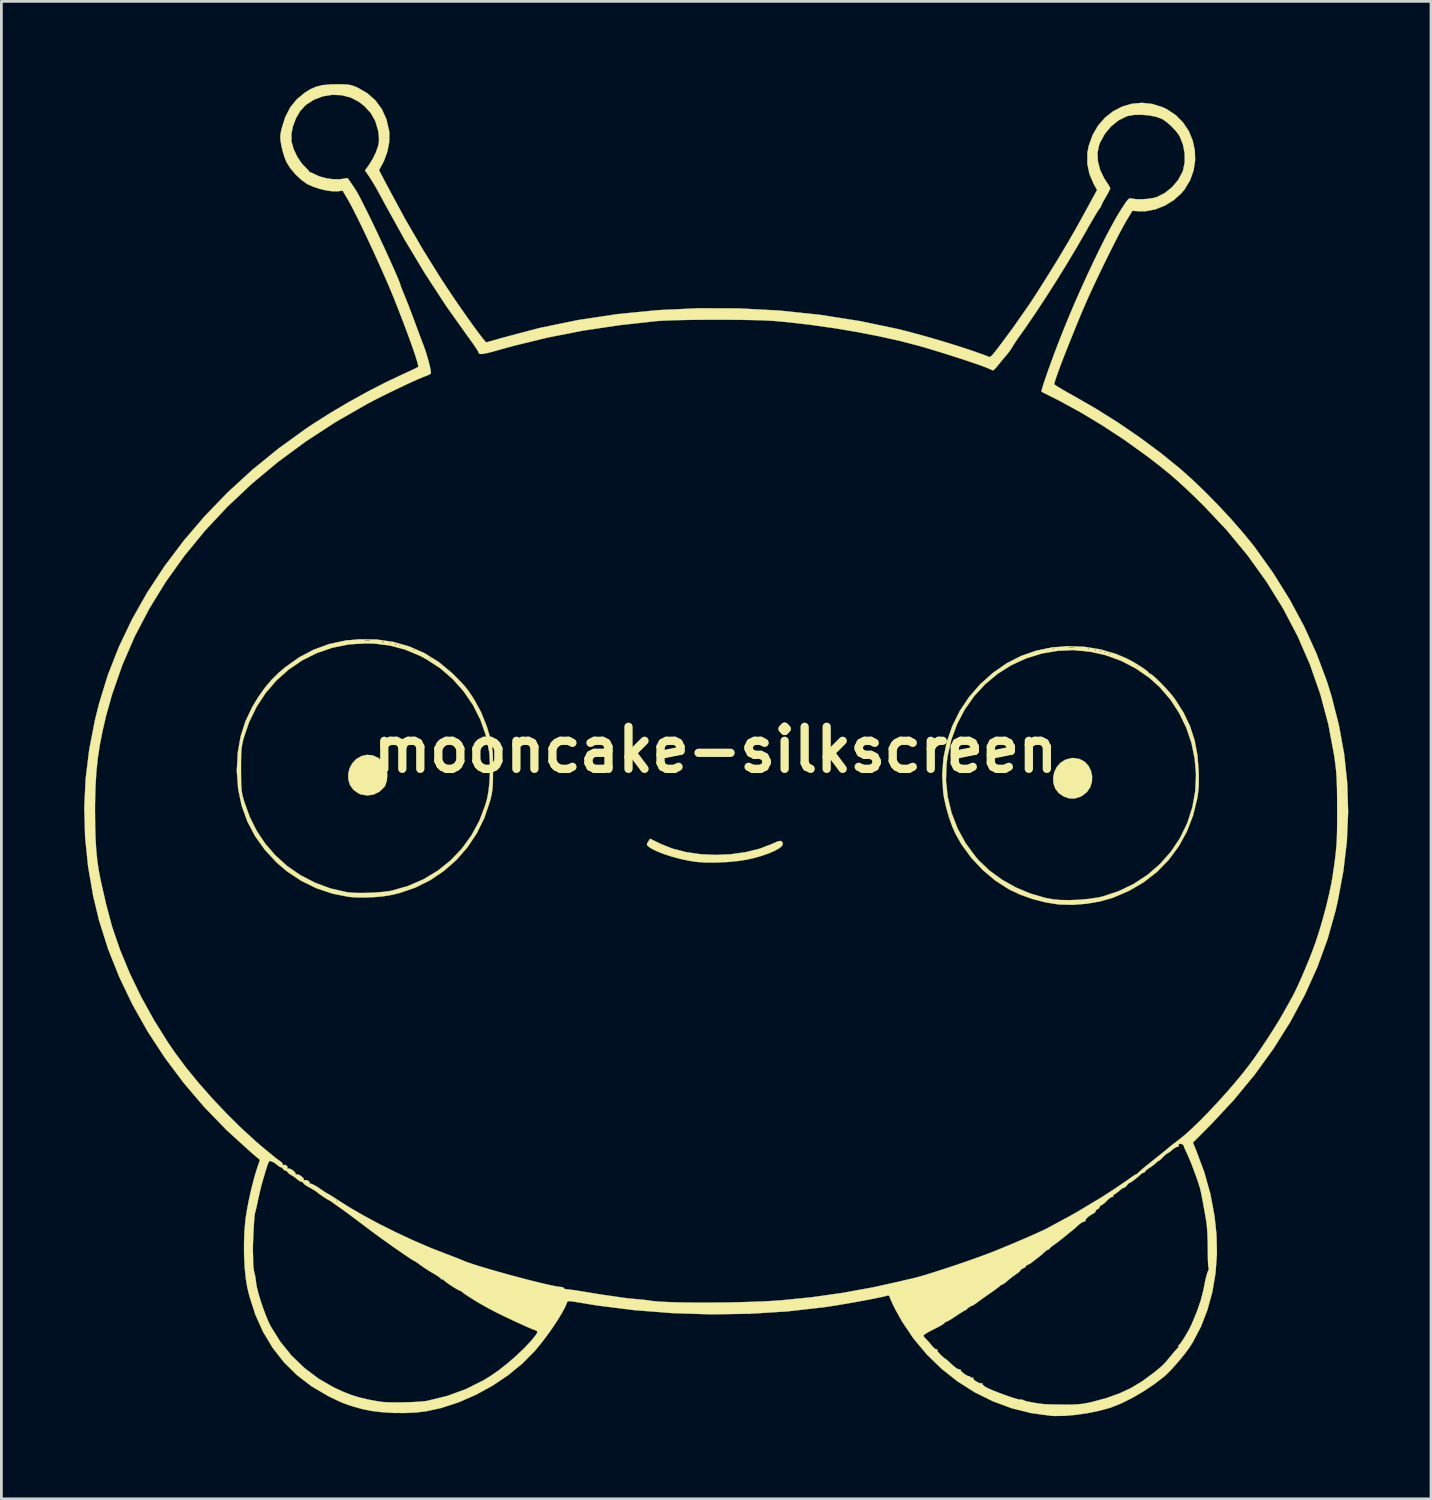
<source format=kicad_pcb>
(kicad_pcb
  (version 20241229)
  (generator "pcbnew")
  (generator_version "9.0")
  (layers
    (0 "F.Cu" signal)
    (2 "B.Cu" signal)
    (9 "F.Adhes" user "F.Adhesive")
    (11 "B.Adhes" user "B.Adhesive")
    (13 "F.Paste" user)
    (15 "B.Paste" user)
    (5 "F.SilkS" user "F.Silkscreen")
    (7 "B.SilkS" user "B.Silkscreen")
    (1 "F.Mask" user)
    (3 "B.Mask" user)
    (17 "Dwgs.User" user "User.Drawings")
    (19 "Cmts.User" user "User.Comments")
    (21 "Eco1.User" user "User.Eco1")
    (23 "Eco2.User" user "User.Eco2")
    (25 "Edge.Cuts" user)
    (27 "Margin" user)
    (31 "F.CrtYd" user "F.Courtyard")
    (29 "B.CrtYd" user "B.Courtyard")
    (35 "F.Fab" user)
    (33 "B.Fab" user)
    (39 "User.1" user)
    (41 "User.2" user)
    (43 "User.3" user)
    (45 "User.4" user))
  (footprint "mooncake-silkscreen"
    (layer "F.Cu")
    (at 22.893 24.135)
    (property "Reference" "mooncake-silkscreen" (at 0 0 0) (layer "F.SilkS") (effects (font (size 1.524 1.524) (thickness 0.3))))
    (attr through_hole)
    (fp_poly (pts (xy -12.439 0.199) (xy -12.236 0.286) (xy -12.065 0.429) (xy -11.989 0.532) (xy -11.924 0.708) (xy -11.901 0.915) (xy -11.919 1.122) (xy -11.978 1.297) (xy -12.007 1.344) (xy -12.183 1.515) (xy -12.396 1.621) (xy -12.629 1.655) (xy -12.863 1.615) (xy -12.946 1.58) (xy -13.13 1.449) (xy -13.252 1.279) (xy -13.314 1.083) (xy -13.319 0.877) (xy -13.271 0.674) (xy -13.172 0.488) (xy -13.026 0.334) (xy -12.835 0.226) (xy -12.648 0.182) (xy -12.439 0.199)) (stroke (width 0.01) (type solid)) (fill yes) (layer "F.SilkS"))
    (fp_poly (pts (xy 13.197 0.332) (xy 13.378 0.429) (xy 13.516 0.574) (xy 13.608 0.753) (xy 13.652 0.952) (xy 13.645 1.156) (xy 13.585 1.353) (xy 13.469 1.527) (xy 13.295 1.666) (xy 13.232 1.698) (xy 13.018 1.766) (xy 12.816 1.76) (xy 12.632 1.697) (xy 12.444 1.573) (xy 12.318 1.408) (xy 12.25 1.218) (xy 12.239 1.015) (xy 12.279 0.814) (xy 12.368 0.628) (xy 12.503 0.472) (xy 12.679 0.358) (xy 12.895 0.301) (xy 12.975 0.296) (xy 13.197 0.332)) (stroke (width 0.01) (type solid)) (fill yes) (layer "F.SilkS"))
    (fp_poly (pts (xy -2.001 3.406) (xy -1.56 3.583) (xy -1.067 3.709) (xy -0.539 3.785) (xy 0.007 3.81) (xy 0.556 3.785) (xy 1.091 3.71) (xy 1.595 3.585) (xy 2.052 3.41) (xy 2.093 3.39) (xy 2.252 3.321) (xy 2.354 3.301) (xy 2.412 3.331) (xy 2.439 3.409) (xy 2.409 3.485) (xy 2.306 3.57) (xy 2.142 3.662) (xy 1.927 3.755) (xy 1.67 3.844) (xy 1.384 3.924) (xy 1.142 3.98) (xy 0.817 4.031) (xy 0.442 4.067) (xy 0.051 4.086) (xy -0.327 4.087) (xy -0.658 4.067) (xy -0.694 4.063) (xy -0.985 4.018) (xy -1.293 3.951) (xy -1.6 3.868) (xy -1.888 3.773) (xy -2.139 3.673) (xy -2.335 3.574) (xy -2.422 3.515) (xy -2.483 3.457) (xy -2.486 3.405) (xy -2.444 3.332) (xy -2.373 3.223) (xy -2.001 3.406)) (stroke (width 0.01) (type solid)) (fill yes) (layer "F.SilkS"))
    (fp_poly (pts (xy 13.364 -3.736) (xy 13.947 -3.643) (xy 14.511 -3.478) (xy 14.896 -3.316) (xy 15.055 -3.233) (xy 15.226 -3.136) (xy 15.392 -3.034) (xy 15.537 -2.937) (xy 15.646 -2.857) (xy 15.702 -2.803) (xy 15.706 -2.793) (xy 15.736 -2.761) (xy 15.746 -2.762) (xy 15.796 -2.739) (xy 15.889 -2.664) (xy 16.013 -2.55) (xy 16.155 -2.41) (xy 16.303 -2.255) (xy 16.445 -2.1) (xy 16.568 -1.955) (xy 16.651 -1.847) (xy 16.962 -1.357) (xy 17.198 -0.865) (xy 17.366 -0.355) (xy 17.47 0.191) (xy 17.513 0.727) (xy 17.521 1.024) (xy 17.519 1.265) (xy 17.504 1.475) (xy 17.477 1.682) (xy 17.463 1.764) (xy 17.311 2.385) (xy 17.086 2.965) (xy 16.791 3.5) (xy 16.431 3.987) (xy 16.008 4.421) (xy 15.526 4.798) (xy 14.988 5.114) (xy 14.398 5.366) (xy 14.385 5.37) (xy 13.936 5.497) (xy 13.446 5.581) (xy 12.948 5.62) (xy 12.476 5.608) (xy 12.404 5.601) (xy 11.953 5.528) (xy 11.49 5.408) (xy 11.045 5.25) (xy 10.65 5.065) (xy 10.639 5.059) (xy 10.142 4.74) (xy 9.681 4.353) (xy 9.267 3.909) (xy 8.913 3.423) (xy 8.702 3.053) (xy 8.581 2.778) (xy 8.465 2.45) (xy 8.364 2.101) (xy 8.288 1.762) (xy 8.253 1.549) (xy 8.228 1.116) (xy 8.354 1.116) (xy 8.417 1.71) (xy 8.558 2.292) (xy 8.775 2.852) (xy 9.064 3.382) (xy 9.425 3.873) (xy 9.544 4.01) (xy 9.931 4.378) (xy 10.381 4.706) (xy 10.878 4.985) (xy 11.406 5.208) (xy 11.949 5.366) (xy 12.217 5.417) (xy 12.495 5.444) (xy 12.826 5.45) (xy 13.182 5.436) (xy 13.535 5.404) (xy 13.856 5.356) (xy 14.034 5.317) (xy 14.616 5.124) (xy 15.16 4.861) (xy 15.661 4.532) (xy 16.111 4.142) (xy 16.505 3.698) (xy 16.836 3.203) (xy 17.098 2.665) (xy 17.102 2.655) (xy 17.285 2.087) (xy 17.39 1.504) (xy 17.418 0.915) (xy 17.372 0.329) (xy 17.254 -0.247) (xy 17.066 -0.803) (xy 16.81 -1.331) (xy 16.489 -1.823) (xy 16.105 -2.27) (xy 15.73 -2.608) (xy 15.236 -2.951) (xy 15.09 -3.027) (xy 15.282 -3.027) (xy 15.303 -3.006) (xy 15.325 -3.027) (xy 15.303 -3.048) (xy 15.282 -3.027) (xy 15.09 -3.027) (xy 14.702 -3.227) (xy 14.139 -3.432) (xy 13.871 -3.493) (xy 14.266 -3.493) (xy 14.287 -3.471) (xy 14.309 -3.493) (xy 14.287 -3.514) (xy 14.266 -3.493) (xy 13.871 -3.493) (xy 13.683 -3.535) (xy 14.097 -3.535) (xy 14.118 -3.514) (xy 14.139 -3.535) (xy 14.118 -3.556) (xy 14.097 -3.535) (xy 13.683 -3.535) (xy 13.558 -3.563) (xy 13.402 -3.577) (xy 13.928 -3.577) (xy 13.949 -3.556) (xy 13.97 -3.577) (xy 13.949 -3.598) (xy 13.928 -3.577) (xy 13.402 -3.577) (xy 12.969 -3.617) (xy 12.446 -3.596) (xy 11.835 -3.493) (xy 11.258 -3.315) (xy 10.719 -3.067) (xy 10.223 -2.753) (xy 9.774 -2.379) (xy 9.378 -1.95) (xy 9.039 -1.47) (xy 8.762 -0.945) (xy 8.551 -0.378) (xy 8.413 0.224) (xy 8.374 0.517) (xy 8.354 1.116) (xy 8.228 1.116) (xy 8.216 0.925) (xy 8.26 0.311) (xy 8.383 -0.286) (xy 8.581 -0.86) (xy 8.851 -1.404) (xy 9.189 -1.912) (xy 9.593 -2.377) (xy 10.06 -2.794) (xy 10.564 -3.143) (xy 11.071 -3.401) (xy 11.616 -3.591) (xy 11.755 -3.619) (xy 13.758 -3.619) (xy 13.78 -3.598) (xy 13.801 -3.619) (xy 13.78 -3.641) (xy 13.758 -3.619) (xy 11.755 -3.619) (xy 11.957 -3.662) (xy 12.234 -3.662) (xy 12.255 -3.641) (xy 12.277 -3.662) (xy 13.504 -3.662) (xy 13.525 -3.641) (xy 13.547 -3.662) (xy 13.525 -3.683) (xy 13.504 -3.662) (xy 12.277 -3.662) (xy 12.255 -3.683) (xy 12.234 -3.662) (xy 11.957 -3.662) (xy 12.158 -3.704) (xy 12.766 -3.704) (xy 12.812 -3.697) (xy 12.89 -3.695) (xy 12.991 -3.698) (xy 13.028 -3.705) (xy 13.007 -3.713) (xy 12.891 -3.72) (xy 12.796 -3.713) (xy 12.766 -3.704) (xy 12.158 -3.704) (xy 12.187 -3.71) (xy 12.774 -3.759) (xy 13.364 -3.736)) (stroke (width 0.01) (type solid)) (fill yes) (layer "F.SilkS"))
    (fp_poly (pts (xy -12.295 -4) (xy -11.686 -3.913) (xy -11.104 -3.748) (xy -10.555 -3.505) (xy -10.041 -3.187) (xy -9.567 -2.795) (xy -9.461 -2.691) (xy -9.285 -2.513) (xy -9.153 -2.374) (xy -9.05 -2.255) (xy -8.96 -2.137) (xy -8.866 -1.999) (xy -8.754 -1.827) (xy -8.503 -1.369) (xy -8.295 -0.85) (xy -8.179 -0.469) (xy -8.139 -0.312) (xy -8.11 -0.173) (xy -8.091 -0.032) (xy -8.079 0.129) (xy -8.072 0.329) (xy -8.07 0.588) (xy -8.07 0.699) (xy -8.071 0.982) (xy -8.076 1.201) (xy -8.085 1.373) (xy -8.102 1.519) (xy -8.127 1.657) (xy -8.164 1.806) (xy -8.182 1.877) (xy -8.384 2.472) (xy -8.657 3.025) (xy -8.994 3.532) (xy -9.391 3.988) (xy -9.843 4.387) (xy -10.344 4.725) (xy -10.888 4.996) (xy -11.471 5.196) (xy -11.795 5.271) (xy -12.083 5.315) (xy -12.415 5.343) (xy -12.757 5.355) (xy -13.076 5.349) (xy -13.292 5.331) (xy -13.888 5.215) (xy -14.467 5.02) (xy -15.018 4.751) (xy -15.528 4.414) (xy -15.9 4.099) (xy -16.336 3.631) (xy -16.696 3.128) (xy -16.978 2.592) (xy -17.183 2.022) (xy -17.309 1.42) (xy -17.356 0.788) (xy -17.357 0.726) (xy -17.352 0.649) (xy -17.205 0.649) (xy -17.205 0.72) (xy -17.203 1.003) (xy -17.199 1.218) (xy -17.191 1.385) (xy -17.176 1.52) (xy -17.154 1.642) (xy -17.121 1.768) (xy -17.087 1.884) (xy -16.885 2.44) (xy -16.637 2.938) (xy -16.333 3.394) (xy -15.973 3.813) (xy -15.54 4.207) (xy -15.05 4.545) (xy -14.516 4.821) (xy -13.951 5.029) (xy -13.367 5.161) (xy -13.356 5.163) (xy -13.153 5.182) (xy -12.893 5.19) (xy -12.602 5.186) (xy -12.305 5.172) (xy -12.03 5.149) (xy -11.802 5.118) (xy -11.747 5.107) (xy -11.148 4.936) (xy -10.589 4.693) (xy -10.075 4.384) (xy -9.61 4.012) (xy -9.2 3.583) (xy -8.85 3.101) (xy -8.564 2.573) (xy -8.347 2.001) (xy -8.275 1.736) (xy -8.231 1.489) (xy -8.199 1.187) (xy -8.182 0.856) (xy -8.18 0.523) (xy -8.194 0.218) (xy -8.21 0.064) (xy -8.329 -0.526) (xy -8.527 -1.092) (xy -8.796 -1.625) (xy -9.133 -2.119) (xy -9.531 -2.566) (xy -9.986 -2.96) (xy -10.492 -3.291) (xy -10.552 -3.323) (xy -10.372 -3.323) (xy -10.351 -3.302) (xy -10.329 -3.323) (xy -10.351 -3.344) (xy -10.372 -3.323) (xy -10.552 -3.323) (xy -10.689 -3.396) (xy -11.217 -3.619) (xy -10.964 -3.619) (xy -10.943 -3.598) (xy -10.922 -3.619) (xy -10.943 -3.641) (xy -10.964 -3.619) (xy -11.217 -3.619) (xy -11.241 -3.63) (xy -11.803 -3.782) (xy -11.859 -3.789) (xy -11.472 -3.789) (xy -11.451 -3.768) (xy -11.43 -3.789) (xy -11.451 -3.81) (xy -11.472 -3.789) (xy -11.859 -3.789) (xy -12.252 -3.838) (xy -11.628 -3.838) (xy -11.622 -3.813) (xy -11.599 -3.81) (xy -11.564 -3.825) (xy -11.571 -3.838) (xy -11.621 -3.843) (xy -11.628 -3.838) (xy -12.252 -3.838) (xy -12.385 -3.855) (xy -12.679 -3.863) (xy -13.3 -3.821) (xy -13.895 -3.701) (xy -14.459 -3.507) (xy -14.988 -3.243) (xy -15.475 -2.912) (xy -15.916 -2.52) (xy -16.305 -2.069) (xy -16.638 -1.565) (xy -16.909 -1.01) (xy -17.111 -0.416) (xy -17.146 -0.277) (xy -17.171 -0.147) (xy -17.188 -0.007) (xy -17.199 0.161) (xy -17.204 0.373) (xy -17.205 0.649) (xy -17.352 0.649) (xy -17.323 0.102) (xy -17.221 -0.48) (xy -17.046 -1.029) (xy -16.796 -1.557) (xy -16.581 -1.91) (xy -16.342 -2.248) (xy -16.103 -2.533) (xy -15.841 -2.792) (xy -15.609 -2.989) (xy -15.102 -3.35) (xy -14.571 -3.631) (xy -14.012 -3.834) (xy -13.826 -3.873) (xy -11.811 -3.873) (xy -11.79 -3.852) (xy -11.769 -3.873) (xy -11.79 -3.895) (xy -11.811 -3.873) (xy -13.826 -3.873) (xy -13.594 -3.923) (xy -12.093 -3.923) (xy -12.087 -3.898) (xy -12.065 -3.895) (xy -12.03 -3.91) (xy -12.037 -3.923) (xy -12.087 -3.928) (xy -12.093 -3.923) (xy -13.594 -3.923) (xy -13.438 -3.956) (xy -12.731 -3.956) (xy -12.677 -3.95) (xy -12.615 -3.949) (xy -12.524 -3.952) (xy -12.499 -3.96) (xy -12.52 -3.967) (xy -12.643 -3.974) (xy -12.711 -3.967) (xy -12.731 -3.956) (xy -13.438 -3.956) (xy -13.419 -3.96) (xy -12.93 -4.008) (xy -12.295 -4)) (stroke (width 0.01) (type solid)) (fill yes) (layer "F.SilkS"))
    (fp_poly (pts (xy -13.519 -24.128) (xy -13.361 -24.121) (xy -13.24 -24.103) (xy -13.131 -24.071) (xy -13.01 -24.022) (xy -12.973 -24.005) (xy -12.62 -23.801) (xy -12.327 -23.539) (xy -12.096 -23.223) (xy -11.932 -22.859) (xy -11.838 -22.452) (xy -11.826 -22.349) (xy -11.832 -22.03) (xy -11.898 -21.689) (xy -12.02 -21.358) (xy -12.074 -21.25) (xy -12.202 -21.016) (xy -11.892 -20.424) (xy -11.257 -19.249) (xy -10.617 -18.145) (xy -9.966 -17.099) (xy -9.594 -16.536) (xy -9.38 -16.22) (xy -9.169 -15.916) (xy -8.97 -15.632) (xy -8.786 -15.376) (xy -8.625 -15.156) (xy -8.49 -14.978) (xy -8.389 -14.852) (xy -8.326 -14.784) (xy -8.31 -14.774) (xy -8.262 -14.786) (xy -8.149 -14.817) (xy -7.987 -14.863) (xy -7.793 -14.92) (xy -7.772 -14.926) (xy -6.401 -15.29) (xy -4.994 -15.58) (xy -3.56 -15.797) (xy -2.104 -15.94) (xy -0.634 -16.009) (xy 0.843 -16.004) (xy 2.319 -15.925) (xy 3.788 -15.771) (xy 5.243 -15.543) (xy 6.583 -15.262) (xy 6.95 -15.171) (xy 7.356 -15.062) (xy 7.786 -14.942) (xy 8.223 -14.813) (xy 8.651 -14.682) (xy 9.056 -14.552) (xy 9.421 -14.429) (xy 9.731 -14.318) (xy 9.912 -14.247) (xy 9.935 -14.242) (xy 9.961 -14.25) (xy 9.998 -14.278) (xy 10.051 -14.333) (xy 10.125 -14.422) (xy 10.227 -14.553) (xy 10.362 -14.733) (xy 10.537 -14.968) (xy 10.707 -15.198) (xy 10.801 -15.327) (xy 10.891 -15.454) (xy 10.904 -15.473) (xy 10.965 -15.56) (xy 11.06 -15.696) (xy 11.175 -15.86) (xy 11.26 -15.981) (xy 11.392 -16.174) (xy 11.558 -16.426) (xy 11.748 -16.722) (xy 11.953 -17.046) (xy 12.165 -17.386) (xy 12.374 -17.725) (xy 12.57 -18.05) (xy 12.745 -18.346) (xy 12.781 -18.406) (xy 12.897 -18.608) (xy 13.002 -18.789) (xy 13.103 -18.968) (xy 13.209 -19.159) (xy 13.331 -19.38) (xy 13.477 -19.646) (xy 13.613 -19.896) (xy 13.832 -20.298) (xy 13.713 -20.51) (xy 13.555 -20.874) (xy 13.477 -21.256) (xy 13.481 -21.645) (xy 13.529 -21.898) (xy 13.669 -22.289) (xy 13.868 -22.631) (xy 14.119 -22.919) (xy 14.412 -23.15) (xy 14.738 -23.319) (xy 15.09 -23.423) (xy 15.458 -23.457) (xy 15.833 -23.417) (xy 16.207 -23.299) (xy 16.361 -23.226) (xy 16.685 -23.011) (xy 16.95 -22.743) (xy 17.155 -22.435) (xy 17.297 -22.096) (xy 17.376 -21.738) (xy 17.387 -21.371) (xy 17.331 -21.006) (xy 17.205 -20.653) (xy 17.008 -20.324) (xy 16.884 -20.174) (xy 16.607 -19.926) (xy 16.287 -19.73) (xy 15.943 -19.594) (xy 15.592 -19.527) (xy 15.355 -19.525) (xy 15.111 -19.542) (xy 14.902 -19.196) (xy 14.784 -18.99) (xy 14.637 -18.714) (xy 14.464 -18.378) (xy 14.269 -17.99) (xy 14.058 -17.559) (xy 13.834 -17.092) (xy 13.739 -16.891) (xy 13.626 -16.649) (xy 13.521 -16.42) (xy 13.42 -16.192) (xy 13.316 -15.953) (xy 13.206 -15.69) (xy 13.083 -15.393) (xy 12.944 -15.048) (xy 12.783 -14.645) (xy 12.657 -14.33) (xy 12.573 -14.114) (xy 12.49 -13.894) (xy 12.414 -13.683) (xy 12.349 -13.499) (xy 12.302 -13.357) (xy 12.278 -13.272) (xy 12.277 -13.259) (xy 12.312 -13.227) (xy 12.411 -13.162) (xy 12.562 -13.071) (xy 12.753 -12.96) (xy 12.974 -12.836) (xy 13.007 -12.819) (xy 13.813 -12.354) (xy 14.619 -11.846) (xy 15.404 -11.308) (xy 16.148 -10.755) (xy 16.831 -10.201) (xy 16.87 -10.167) (xy 17.303 -9.779) (xy 17.759 -9.342) (xy 18.218 -8.874) (xy 18.665 -8.394) (xy 19.082 -7.919) (xy 19.453 -7.468) (xy 19.564 -7.324) (xy 20.222 -6.401) (xy 20.815 -5.448) (xy 21.339 -4.473) (xy 21.789 -3.485) (xy 22.162 -2.49) (xy 22.333 -1.94) (xy 22.602 -0.881) (xy 22.792 0.167) (xy 22.902 1.21) (xy 22.934 2.255) (xy 22.888 3.311) (xy 22.763 4.382) (xy 22.559 5.477) (xy 22.479 5.826) (xy 22.191 6.854) (xy 21.82 7.871) (xy 21.369 8.874) (xy 20.839 9.861) (xy 20.231 10.828) (xy 19.549 11.772) (xy 18.793 12.69) (xy 17.965 13.579) (xy 17.915 13.629) (xy 17.306 14.241) (xy 17.422 14.518) (xy 17.72 15.317) (xy 17.941 16.106) (xy 18.09 16.903) (xy 18.162 17.576) (xy 18.177 18.279) (xy 18.126 18.975) (xy 18.011 19.653) (xy 17.834 20.302) (xy 17.599 20.91) (xy 17.307 21.468) (xy 17.176 21.674) (xy 17.041 21.859) (xy 16.873 22.07) (xy 16.69 22.284) (xy 16.509 22.483) (xy 16.349 22.645) (xy 16.27 22.716) (xy 15.916 22.991) (xy 15.526 23.252) (xy 15.121 23.489) (xy 14.724 23.688) (xy 14.354 23.838) (xy 14.257 23.869) (xy 13.878 23.97) (xy 13.467 24.053) (xy 13.05 24.112) (xy 12.65 24.147) (xy 12.293 24.152) (xy 12.171 24.146) (xy 11.443 24.047) (xy 10.733 23.87) (xy 10.048 23.616) (xy 9.391 23.29) (xy 8.771 22.896) (xy 8.191 22.439) (xy 7.659 21.921) (xy 7.179 21.347) (xy 7.102 21.233) (xy 7.537 21.233) (xy 7.564 21.291) (xy 7.631 21.365) (xy 7.717 21.454) (xy 7.817 21.571) (xy 7.845 21.606) (xy 7.925 21.693) (xy 7.99 21.734) (xy 8.01 21.733) (xy 8.037 21.73) (xy 8.03 21.747) (xy 8.043 21.797) (xy 8.107 21.88) (xy 8.171 21.946) (xy 8.264 22.028) (xy 8.325 22.078) (xy 8.34 22.085) (xy 8.367 22.103) (xy 8.441 22.168) (xy 8.544 22.264) (xy 8.556 22.276) (xy 8.674 22.378) (xy 8.772 22.445) (xy 8.831 22.462) (xy 8.831 22.462) (xy 8.877 22.462) (xy 8.879 22.478) (xy 8.903 22.526) (xy 8.975 22.593) (xy 9.066 22.658) (xy 9.149 22.703) (xy 9.193 22.708) (xy 9.226 22.718) (xy 9.229 22.735) (xy 9.26 22.765) (xy 9.294 22.759) (xy 9.338 22.756) (xy 9.335 22.775) (xy 9.349 22.82) (xy 9.416 22.879) (xy 9.507 22.933) (xy 9.595 22.966) (xy 9.644 22.966) (xy 9.68 22.968) (xy 9.675 22.983) (xy 9.693 23.026) (xy 9.765 23.087) (xy 9.792 23.104) (xy 9.897 23.157) (xy 10.05 23.223) (xy 10.234 23.296) (xy 10.432 23.371) (xy 10.628 23.44) (xy 10.804 23.499) (xy 10.944 23.54) (xy 11.032 23.559) (xy 11.051 23.557) (xy 11.118 23.556) (xy 11.147 23.573) (xy 11.216 23.602) (xy 11.351 23.636) (xy 11.53 23.67) (xy 11.735 23.702) (xy 11.896 23.721) (xy 11.992 23.727) (xy 12.153 23.733) (xy 12.357 23.737) (xy 12.584 23.74) (xy 12.636 23.741) (xy 12.908 23.74) (xy 13.123 23.73) (xy 13.31 23.711) (xy 13.497 23.677) (xy 13.665 23.639) (xy 14.187 23.497) (xy 14.645 23.333) (xy 15.062 23.137) (xy 15.458 22.9) (xy 15.854 22.61) (xy 15.937 22.544) (xy 16.083 22.424) (xy 16.19 22.331) (xy 16.279 22.242) (xy 16.374 22.134) (xy 16.497 21.985) (xy 16.509 21.971) (xy 16.618 21.84) (xy 16.711 21.735) (xy 16.771 21.673) (xy 16.781 21.665) (xy 16.8 21.636) (xy 16.785 21.632) (xy 16.767 21.616) (xy 16.785 21.6) (xy 16.843 21.536) (xy 16.927 21.416) (xy 17.025 21.262) (xy 17.123 21.094) (xy 17.21 20.931) (xy 17.255 20.838) (xy 17.448 20.374) (xy 17.591 19.961) (xy 17.688 19.584) (xy 17.713 19.452) (xy 17.751 19.259) (xy 17.792 19.085) (xy 17.83 18.957) (xy 17.849 18.912) (xy 17.883 18.833) (xy 17.88 18.796) (xy 17.878 18.796) (xy 17.866 18.756) (xy 17.857 18.645) (xy 17.85 18.478) (xy 17.846 18.269) (xy 17.845 18.108) (xy 17.842 17.845) (xy 17.833 17.584) (xy 17.819 17.348) (xy 17.801 17.162) (xy 17.793 17.103) (xy 17.724 16.704) (xy 17.664 16.374) (xy 17.614 16.117) (xy 17.575 15.938) (xy 17.558 15.875) (xy 17.497 15.683) (xy 17.417 15.451) (xy 17.326 15.203) (xy 17.234 14.966) (xy 17.151 14.764) (xy 17.094 14.639) (xy 17.032 14.507) (xy 16.989 14.405) (xy 16.976 14.358) (xy 16.941 14.31) (xy 16.867 14.282) (xy 16.802 14.29) (xy 16.783 14.341) (xy 16.79 14.359) (xy 16.787 14.39) (xy 16.764 14.386) (xy 16.703 14.401) (xy 16.609 14.46) (xy 16.565 14.497) (xy 16.471 14.574) (xy 16.402 14.62) (xy 16.386 14.626) (xy 16.339 14.655) (xy 16.26 14.726) (xy 16.224 14.764) (xy 16.139 14.847) (xy 16.078 14.896) (xy 16.064 14.901) (xy 16.015 14.929) (xy 15.965 14.978) (xy 15.885 15.048) (xy 15.771 15.129) (xy 15.737 15.15) (xy 15.641 15.217) (xy 15.584 15.272) (xy 15.579 15.286) (xy 15.546 15.323) (xy 15.533 15.325) (xy 15.466 15.351) (xy 15.431 15.378) (xy 15.315 15.481) (xy 15.196 15.578) (xy 15.094 15.654) (xy 15.026 15.695) (xy 15.011 15.699) (xy 14.973 15.718) (xy 14.921 15.78) (xy 14.858 15.85) (xy 14.812 15.875) (xy 14.746 15.9) (xy 14.72 15.918) (xy 14.584 16.031) (xy 14.497 16.096) (xy 14.446 16.125) (xy 14.427 16.129) (xy 14.409 16.156) (xy 14.418 16.177) (xy 14.418 16.209) (xy 14.391 16.206) (xy 14.332 16.224) (xy 14.244 16.29) (xy 14.186 16.348) (xy 14.091 16.441) (xy 14.012 16.499) (xy 13.982 16.51) (xy 13.933 16.544) (xy 13.928 16.571) (xy 13.892 16.631) (xy 13.842 16.658) (xy 13.784 16.695) (xy 13.781 16.725) (xy 13.765 16.766) (xy 13.691 16.814) (xy 13.687 16.817) (xy 13.582 16.876) (xy 13.487 16.952) (xy 13.421 17.023) (xy 13.405 17.073) (xy 13.408 17.077) (xy 13.397 17.098) (xy 13.362 17.103) (xy 13.286 17.13) (xy 13.19 17.199) (xy 13.168 17.219) (xy 13.049 17.326) (xy 12.92 17.436) (xy 12.904 17.448) (xy 12.783 17.546) (xy 12.644 17.66) (xy 12.592 17.702) (xy 12.454 17.81) (xy 12.312 17.916) (xy 12.264 17.949) (xy 12.17 18.02) (xy 12.114 18.074) (xy 12.108 18.087) (xy 12.074 18.117) (xy 12.059 18.119) (xy 11.998 18.147) (xy 11.921 18.214) (xy 11.818 18.309) (xy 11.711 18.394) (xy 11.589 18.486) (xy 11.479 18.574) (xy 11.389 18.638) (xy 11.318 18.669) (xy 11.314 18.669) (xy 11.264 18.696) (xy 11.261 18.712) (xy 11.226 18.758) (xy 11.155 18.796) (xy 11.076 18.839) (xy 11.049 18.876) (xy 11.016 18.921) (xy 10.934 18.986) (xy 10.896 19.01) (xy 10.767 19.1) (xy 10.629 19.212) (xy 10.59 19.246) (xy 10.49 19.329) (xy 10.411 19.38) (xy 10.386 19.388) (xy 10.328 19.413) (xy 10.322 19.423) (xy 10.283 19.46) (xy 10.19 19.533) (xy 10.057 19.63) (xy 9.948 19.705) (xy 9.777 19.825) (xy 9.614 19.94) (xy 9.484 20.035) (xy 9.436 20.072) (xy 9.34 20.137) (xy 9.271 20.166) (xy 9.256 20.164) (xy 9.231 20.17) (xy 9.229 20.188) (xy 9.204 20.22) (xy 9.186 20.214) (xy 9.147 20.218) (xy 9.144 20.234) (xy 9.11 20.286) (xy 9.07 20.309) (xy 9.002 20.344) (xy 8.886 20.415) (xy 8.743 20.508) (xy 8.696 20.54) (xy 8.554 20.633) (xy 8.435 20.703) (xy 8.359 20.74) (xy 8.346 20.743) (xy 8.3 20.769) (xy 8.297 20.782) (xy 8.262 20.815) (xy 8.165 20.875) (xy 8.025 20.95) (xy 7.918 21.004) (xy 7.758 21.086) (xy 7.63 21.159) (xy 7.553 21.213) (xy 7.537 21.233) (xy 7.102 21.233) (xy 6.758 20.721) (xy 6.519 20.29) (xy 6.433 20.117) (xy 6.364 19.968) (xy 6.32 19.862) (xy 6.308 19.82) (xy 6.276 19.782) (xy 6.234 19.786) (xy 6.105 19.819) (xy 5.907 19.862) (xy 5.656 19.913) (xy 5.366 19.968) (xy 5.053 20.026) (xy 4.731 20.082) (xy 4.415 20.135) (xy 4.121 20.181) (xy 3.916 20.211) (xy 2.591 20.361) (xy 1.228 20.446) (xy -0.158 20.467) (xy -1.551 20.423) (xy -2.936 20.316) (xy -4.297 20.145) (xy -4.932 20.041) (xy -5.126 20.008) (xy -5.252 19.99) (xy -5.328 19.989) (xy -5.368 20.005) (xy -5.388 20.039) (xy -5.398 20.067) (xy -5.464 20.224) (xy -5.577 20.431) (xy -5.725 20.674) (xy -5.9 20.939) (xy -6.093 21.211) (xy -6.294 21.477) (xy -6.493 21.722) (xy -6.55 21.789) (xy -7.001 22.247) (xy -7.519 22.672) (xy -8.087 23.054) (xy -8.693 23.385) (xy -9.32 23.658) (xy -9.956 23.865) (xy -10.496 23.982) (xy -10.858 24.025) (xy -11.263 24.044) (xy -11.686 24.04) (xy -12.102 24.014) (xy -12.485 23.967) (xy -12.806 23.901) (xy -13.08 23.825) (xy -13.302 23.757) (xy -13.499 23.684) (xy -13.7 23.597) (xy -13.934 23.483) (xy -14.055 23.423) (xy -14.644 23.078) (xy -15.174 22.672) (xy -15.645 22.208) (xy -16.054 21.686) (xy -16.402 21.108) (xy -16.686 20.476) (xy -16.905 19.792) (xy -16.979 19.484) (xy -17.034 19.153) (xy -17.072 18.761) (xy -17.093 18.332) (xy -17.095 18.116) (xy -16.775 18.116) (xy -16.774 18.203) (xy -16.769 18.334) (xy -16.766 18.5) (xy -16.765 18.584) (xy -16.757 18.742) (xy -16.737 18.887) (xy -16.723 18.944) (xy -16.695 19.061) (xy -16.67 19.217) (xy -16.661 19.304) (xy -16.631 19.48) (xy -16.573 19.711) (xy -16.494 19.976) (xy -16.4 20.253) (xy -16.3 20.52) (xy -16.2 20.757) (xy -16.127 20.904) (xy -15.782 21.458) (xy -15.371 21.964) (xy -14.902 22.416) (xy -14.383 22.805) (xy -13.859 23.107) (xy -13.524 23.264) (xy -13.212 23.387) (xy -12.898 23.484) (xy -12.554 23.564) (xy -12.152 23.636) (xy -12.15 23.636) (xy -12 23.65) (xy -11.789 23.658) (xy -11.536 23.66) (xy -11.264 23.657) (xy -10.996 23.648) (xy -10.752 23.635) (xy -10.554 23.618) (xy -10.456 23.603) (xy -9.731 23.426) (xy -9.053 23.179) (xy -8.418 22.86) (xy -8.149 22.696) (xy -7.854 22.49) (xy -7.541 22.243) (xy -7.23 21.973) (xy -6.942 21.699) (xy -6.698 21.44) (xy -6.604 21.328) (xy -6.508 21.204) (xy -6.463 21.127) (xy -6.467 21.082) (xy -6.516 21.051) (xy -6.549 21.039) (xy -6.667 20.993) (xy -6.752 20.958) (xy -7.224 20.745) (xy -7.628 20.555) (xy -7.978 20.383) (xy -8.284 20.221) (xy -8.56 20.065) (xy -8.657 20.007) (xy -8.836 19.896) (xy -8.991 19.797) (xy -9.105 19.72) (xy -9.163 19.675) (xy -9.165 19.673) (xy -9.232 19.621) (xy -9.255 19.613) (xy -9.322 19.585) (xy -9.43 19.524) (xy -9.557 19.445) (xy -9.684 19.36) (xy -9.789 19.283) (xy -9.854 19.228) (xy -9.864 19.212) (xy -9.89 19.191) (xy -9.906 19.198) (xy -9.945 19.197) (xy -9.948 19.183) (xy -9.983 19.144) (xy -10.073 19.079) (xy -10.202 19) (xy -10.222 18.989) (xy -10.393 18.888) (xy -10.566 18.775) (xy -10.688 18.689) (xy -10.795 18.61) (xy -10.872 18.556) (xy -10.899 18.542) (xy -10.947 18.518) (xy -11.053 18.452) (xy -11.206 18.351) (xy -11.395 18.222) (xy -11.61 18.073) (xy -11.839 17.911) (xy -12.073 17.744) (xy -12.3 17.58) (xy -12.51 17.425) (xy -12.648 17.32) (xy -12.874 17.15) (xy -13.098 16.981) (xy -13.304 16.828) (xy -13.475 16.703) (xy -13.579 16.629) (xy -13.719 16.531) (xy -13.835 16.447) (xy -13.907 16.393) (xy -13.915 16.386) (xy -13.951 16.362) (xy -13.758 16.362) (xy -13.737 16.383) (xy -13.716 16.362) (xy -13.737 16.341) (xy -13.758 16.362) (xy -13.951 16.362) (xy -13.975 16.346) (xy -13.992 16.341) (xy -14.037 16.319) (xy -14.127 16.264) (xy -14.236 16.193) (xy -14.34 16.121) (xy -14.416 16.065) (xy -14.436 16.047) (xy -14.503 15.996) (xy -14.639 15.913) (xy -14.785 15.832) (xy -14.883 15.77) (xy -14.939 15.718) (xy -14.944 15.705) (xy -14.978 15.668) (xy -15.009 15.663) (xy -15.083 15.635) (xy -15.17 15.568) (xy -15.28 15.479) (xy -15.381 15.42) (xy -15.472 15.362) (xy -15.521 15.304) (xy -15.559 15.26) (xy -15.58 15.262) (xy -15.628 15.249) (xy -15.675 15.199) (xy -15.727 15.142) (xy -15.756 15.135) (xy -15.797 15.123) (xy -15.872 15.068) (xy -15.891 15.05) (xy -15.996 14.971) (xy -16.096 14.922) (xy -16.103 14.92) (xy -16.138 14.911) (xy -16.165 14.91) (xy -16.19 14.928) (xy -16.216 14.977) (xy -16.25 15.066) (xy -16.294 15.206) (xy -16.355 15.408) (xy -16.418 15.621) (xy -16.464 15.786) (xy -16.516 15.999) (xy -16.568 16.227) (xy -16.592 16.337) (xy -16.631 16.522) (xy -16.666 16.674) (xy -16.692 16.777) (xy -16.702 16.809) (xy -16.711 16.862) (xy -16.722 16.981) (xy -16.734 17.149) (xy -16.746 17.35) (xy -16.757 17.564) (xy -16.766 17.775) (xy -16.773 17.965) (xy -16.775 18.116) (xy -17.095 18.116) (xy -17.096 17.89) (xy -17.081 17.457) (xy -17.046 17.056) (xy -17.041 17.015) (xy -16.988 16.67) (xy -16.913 16.286) (xy -16.824 15.89) (xy -16.726 15.513) (xy -16.627 15.184) (xy -16.601 15.107) (xy -16.518 14.868) (xy -16.866 14.571) (xy -17.728 13.787) (xy -18.535 12.954) (xy -19.283 12.077) (xy -19.969 11.161) (xy -20.589 10.212) (xy -21.141 9.235) (xy -21.62 8.235) (xy -22.025 7.218) (xy -22.35 6.189) (xy -22.562 5.313) (xy -22.749 4.23) (xy -22.858 3.165) (xy -22.883 2.265) (xy -22.498 2.265) (xy -22.492 2.792) (xy -22.478 3.251) (xy -22.452 3.658) (xy -22.414 4.028) (xy -22.362 4.379) (xy -22.295 4.725) (xy -22.266 4.855) (xy -22.214 5.085) (xy -22.154 5.345) (xy -22.1 5.584) (xy -22.094 5.609) (xy -21.877 6.42) (xy -21.589 7.257) (xy -21.237 8.107) (xy -20.826 8.958) (xy -20.361 9.798) (xy -19.849 10.616) (xy -19.59 10.994) (xy -19.193 11.526) (xy -18.738 12.083) (xy -18.241 12.646) (xy -17.718 13.199) (xy -17.186 13.724) (xy -16.661 14.204) (xy -16.341 14.476) (xy -16.195 14.595) (xy -16.068 14.699) (xy -15.978 14.773) (xy -15.952 14.795) (xy -15.863 14.862) (xy -15.772 14.924) (xy -15.705 14.986) (xy -15.691 15.038) (xy -15.691 15.04) (xy -15.692 15.063) (xy -15.668 15.052) (xy -15.602 15.048) (xy -15.54 15.088) (xy -15.515 15.146) (xy -15.522 15.167) (xy -15.522 15.19) (xy -15.501 15.181) (xy -15.441 15.183) (xy -15.357 15.226) (xy -15.277 15.287) (xy -15.228 15.349) (xy -15.227 15.38) (xy -15.225 15.402) (xy -15.204 15.392) (xy -15.142 15.393) (xy -15.057 15.434) (xy -14.977 15.495) (xy -14.929 15.557) (xy -14.929 15.588) (xy -14.93 15.614) (xy -14.909 15.604) (xy -14.842 15.597) (xy -14.767 15.627) (xy -14.717 15.676) (xy -14.716 15.714) (xy -14.719 15.741) (xy -14.696 15.731) (xy -14.639 15.739) (xy -14.533 15.79) (xy -14.396 15.875) (xy -14.37 15.893) (xy -14.238 15.984) (xy -14.134 16.052) (xy -14.077 16.085) (xy -14.072 16.087) (xy -14.029 16.109) (xy -13.935 16.167) (xy -13.809 16.249) (xy -13.788 16.263) (xy -13.31 16.567) (xy -12.768 16.881) (xy -12.181 17.197) (xy -11.566 17.504) (xy -10.943 17.794) (xy -10.33 18.057) (xy -9.779 18.272) (xy -9.576 18.349) (xy -9.372 18.428) (xy -9.201 18.497) (xy -9.144 18.522) (xy -8.991 18.581) (xy -8.775 18.654) (xy -8.509 18.738) (xy -8.203 18.829) (xy -7.87 18.925) (xy -7.522 19.022) (xy -7.17 19.117) (xy -6.826 19.207) (xy -6.501 19.289) (xy -6.207 19.36) (xy -5.956 19.416) (xy -5.76 19.455) (xy -5.63 19.473) (xy -5.608 19.473) (xy -5.529 19.488) (xy -5.503 19.516) (xy -5.467 19.547) (xy -5.396 19.558) (xy -5.316 19.565) (xy -5.172 19.584) (xy -4.981 19.612) (xy -4.761 19.648) (xy -4.687 19.66) (xy -4.45 19.7) (xy -4.225 19.736) (xy -4.032 19.766) (xy -3.895 19.786) (xy -3.873 19.789) (xy -3.7 19.812) (xy -3.506 19.841) (xy -3.429 19.853) (xy -3.267 19.875) (xy -3.064 19.898) (xy -2.863 19.916) (xy -2.857 19.917) (xy -2.678 19.932) (xy -2.516 19.95) (xy -2.403 19.966) (xy -2.392 19.968) (xy -2.232 19.99) (xy -1.999 20.008) (xy -1.702 20.022) (xy -1.353 20.033) (xy -0.961 20.039) (xy -0.539 20.042) (xy -0.096 20.041) (xy 0.357 20.036) (xy 0.809 20.028) (xy 1.25 20.015) (xy 1.668 20) (xy 2.054 19.98) (xy 2.371 19.959) (xy 3.478 19.848) (xy 4.611 19.688) (xy 5.734 19.483) (xy 6.625 19.285) (xy 6.802 19.242) (xy 7.013 19.193) (xy 7.197 19.151) (xy 7.372 19.105) (xy 7.613 19.035) (xy 7.903 18.945) (xy 8.229 18.84) (xy 8.577 18.726) (xy 8.931 18.606) (xy 9.277 18.486) (xy 9.6 18.37) (xy 9.886 18.264) (xy 10.097 18.182) (xy 10.411 18.054) (xy 10.732 17.92) (xy 11.048 17.786) (xy 11.344 17.658) (xy 11.608 17.541) (xy 11.826 17.442) (xy 11.986 17.366) (xy 12.04 17.338) (xy 12.154 17.276) (xy 12.316 17.189) (xy 12.499 17.09) (xy 12.594 17.038) (xy 12.795 16.93) (xy 12.948 16.846) (xy 13.081 16.77) (xy 13.22 16.688) (xy 13.394 16.583) (xy 13.444 16.552) (xy 13.603 16.456) (xy 13.763 16.361) (xy 13.861 16.304) (xy 13.997 16.221) (xy 14.181 16.104) (xy 14.392 15.966) (xy 14.609 15.821) (xy 14.811 15.684) (xy 14.976 15.569) (xy 15.028 15.531) (xy 15.139 15.453) (xy 15.222 15.402) (xy 15.252 15.389) (xy 15.303 15.358) (xy 15.316 15.342) (xy 15.36 15.298) (xy 15.455 15.214) (xy 15.587 15.104) (xy 15.706 15.008) (xy 15.874 14.874) (xy 16.037 14.744) (xy 16.172 14.637) (xy 16.231 14.589) (xy 16.337 14.503) (xy 16.419 14.433) (xy 16.443 14.412) (xy 16.496 14.368) (xy 16.599 14.287) (xy 16.734 14.184) (xy 16.806 14.13) (xy 17.022 13.955) (xy 17.278 13.723) (xy 17.565 13.445) (xy 17.872 13.132) (xy 18.189 12.795) (xy 18.505 12.445) (xy 18.812 12.092) (xy 19.097 11.748) (xy 19.332 11.448) (xy 19.534 11.173) (xy 19.76 10.847) (xy 19.995 10.496) (xy 20.223 10.141) (xy 20.429 9.807) (xy 20.593 9.525) (xy 20.698 9.337) (xy 20.795 9.163) (xy 20.872 9.024) (xy 20.916 8.946) (xy 21.009 8.765) (xy 21.123 8.524) (xy 21.25 8.239) (xy 21.382 7.93) (xy 21.512 7.616) (xy 21.631 7.313) (xy 21.731 7.042) (xy 21.76 6.959) (xy 21.893 6.55) (xy 22.021 6.114) (xy 22.139 5.67) (xy 22.242 5.243) (xy 22.324 4.855) (xy 22.369 4.593) (xy 22.419 4.253) (xy 22.459 3.966) (xy 22.488 3.711) (xy 22.51 3.472) (xy 22.524 3.229) (xy 22.532 2.964) (xy 22.536 2.658) (xy 22.537 2.293) (xy 22.536 2.138) (xy 22.535 1.762) (xy 22.531 1.455) (xy 22.524 1.199) (xy 22.514 0.981) (xy 22.5 0.782) (xy 22.479 0.587) (xy 22.452 0.38) (xy 22.422 0.169) (xy 22.214 -0.935) (xy 21.925 -2.017) (xy 21.556 -3.077) (xy 21.107 -4.111) (xy 20.579 -5.119) (xy 19.973 -6.098) (xy 19.29 -7.048) (xy 18.531 -7.966) (xy 17.699 -8.848) (xy 17.338 -9.203) (xy 17.016 -9.51) (xy 16.714 -9.784) (xy 16.415 -10.04) (xy 16.1 -10.295) (xy 15.754 -10.563) (xy 15.559 -10.709) (xy 14.808 -11.247) (xy 14.026 -11.76) (xy 13.237 -12.235) (xy 12.466 -12.657) (xy 12.277 -12.753) (xy 12.101 -12.84) (xy 11.956 -12.913) (xy 11.856 -12.964) (xy 11.817 -12.983) (xy 11.82 -13.027) (xy 11.851 -13.14) (xy 11.905 -13.311) (xy 11.98 -13.531) (xy 12.07 -13.79) (xy 12.174 -14.077) (xy 12.287 -14.383) (xy 12.406 -14.697) (xy 12.528 -15.009) (xy 12.556 -15.081) (xy 12.765 -15.595) (xy 12.988 -16.124) (xy 13.222 -16.657) (xy 13.462 -17.184) (xy 13.701 -17.694) (xy 13.935 -18.177) (xy 14.159 -18.621) (xy 14.369 -19.017) (xy 14.558 -19.354) (xy 14.712 -19.605) (xy 14.828 -19.782) (xy 14.909 -19.898) (xy 14.968 -19.965) (xy 15.015 -19.993) (xy 15.062 -19.994) (xy 15.101 -19.985) (xy 15.25 -19.963) (xy 15.448 -19.96) (xy 15.664 -19.975) (xy 15.865 -20.005) (xy 15.999 -20.041) (xy 16.29 -20.189) (xy 16.554 -20.402) (xy 16.772 -20.662) (xy 16.927 -20.95) (xy 16.949 -21.009) (xy 17.008 -21.299) (xy 17.007 -21.616) (xy 16.949 -21.932) (xy 16.837 -22.22) (xy 16.788 -22.306) (xy 16.678 -22.448) (xy 16.53 -22.603) (xy 16.369 -22.747) (xy 16.222 -22.853) (xy 16.187 -22.872) (xy 15.978 -22.95) (xy 15.721 -23.001) (xy 15.444 -23.025) (xy 15.178 -23.02) (xy 14.953 -22.982) (xy 14.907 -22.968) (xy 14.608 -22.82) (xy 14.338 -22.602) (xy 14.111 -22.329) (xy 13.94 -22.016) (xy 13.905 -21.926) (xy 13.848 -21.643) (xy 13.862 -21.337) (xy 13.942 -21.025) (xy 14.087 -20.725) (xy 14.138 -20.646) (xy 14.223 -20.517) (xy 14.284 -20.414) (xy 14.309 -20.357) (xy 14.309 -20.356) (xy 14.288 -20.302) (xy 14.234 -20.196) (xy 14.158 -20.059) (xy 14.139 -20.029) (xy 14.059 -19.888) (xy 13.999 -19.772) (xy 13.971 -19.703) (xy 13.97 -19.697) (xy 13.941 -19.641) (xy 13.931 -19.636) (xy 13.899 -19.596) (xy 13.833 -19.493) (xy 13.74 -19.339) (xy 13.625 -19.143) (xy 13.496 -18.918) (xy 13.452 -18.838) (xy 13.12 -18.261) (xy 12.759 -17.657) (xy 12.38 -17.042) (xy 11.994 -16.436) (xy 11.613 -15.856) (xy 11.247 -15.319) (xy 10.965 -14.922) (xy 10.873 -14.789) (xy 10.794 -14.666) (xy 10.757 -14.601) (xy 10.695 -14.501) (xy 10.604 -14.381) (xy 10.569 -14.339) (xy 10.467 -14.219) (xy 10.345 -14.071) (xy 10.267 -13.973) (xy 10.175 -13.862) (xy 10.101 -13.785) (xy 10.063 -13.758) (xy 10.004 -13.776) (xy 9.913 -13.818) (xy 9.816 -13.86) (xy 9.651 -13.922) (xy 9.429 -13.999) (xy 9.164 -14.089) (xy 8.869 -14.187) (xy 8.555 -14.288) (xy 8.235 -14.389) (xy 7.922 -14.485) (xy 7.628 -14.573) (xy 7.387 -14.643) (xy 6.69 -14.824) (xy 5.927 -14.994) (xy 5.12 -15.151) (xy 4.287 -15.29) (xy 3.447 -15.409) (xy 2.622 -15.504) (xy 2.138 -15.548) (xy 1.908 -15.562) (xy 1.609 -15.574) (xy 1.256 -15.583) (xy 0.861 -15.589) (xy 0.44 -15.593) (xy 0.006 -15.594) (xy -0.429 -15.592) (xy -0.849 -15.588) (xy -1.241 -15.581) (xy -1.592 -15.572) (xy -1.887 -15.56) (xy -2.114 -15.546) (xy -2.138 -15.544) (xy -3.503 -15.393) (xy -4.81 -15.197) (xy -6.069 -14.951) (xy -7.294 -14.654) (xy -7.811 -14.511) (xy -8.088 -14.433) (xy -8.294 -14.381) (xy -8.439 -14.354) (xy -8.531 -14.351) (xy -8.579 -14.37) (xy -8.594 -14.41) (xy -8.594 -14.411) (xy -8.618 -14.462) (xy -8.685 -14.568) (xy -8.785 -14.715) (xy -8.911 -14.892) (xy -8.999 -15.011) (xy -9.771 -16.098) (xy -10.528 -17.258) (xy -11.264 -18.483) (xy -11.973 -19.761) (xy -12 -19.812) (xy -12.151 -20.093) (xy -12.273 -20.316) (xy -12.379 -20.499) (xy -12.476 -20.658) (xy -12.577 -20.813) (xy -12.626 -20.885) (xy -12.709 -21.005) (xy -12.577 -21.189) (xy -12.432 -21.419) (xy -12.313 -21.666) (xy -12.232 -21.899) (xy -12.209 -22.004) (xy -12.203 -22.149) (xy -12.215 -22.328) (xy -12.233 -22.448) (xy -12.334 -22.789) (xy -12.496 -23.081) (xy -12.726 -23.334) (xy -12.934 -23.496) (xy -13.23 -23.65) (xy -13.556 -23.734) (xy -13.896 -23.748) (xy -14.235 -23.694) (xy -14.557 -23.573) (xy -14.847 -23.386) (xy -14.883 -23.355) (xy -15.065 -23.152) (xy -15.213 -22.897) (xy -15.321 -22.615) (xy -15.378 -22.33) (xy -15.376 -22.066) (xy -15.37 -22.034) (xy -15.292 -21.766) (xy -15.164 -21.497) (xy -15.003 -21.26) (xy -14.9 -21.149) (xy -14.8 -21.049) (xy -14.733 -20.973) (xy -14.715 -20.936) (xy -14.709 -20.93) (xy -14.704 -20.933) (xy -14.654 -20.927) (xy -14.565 -20.884) (xy -14.545 -20.873) (xy -14.356 -20.787) (xy -14.119 -20.723) (xy -13.867 -20.687) (xy -13.636 -20.686) (xy -13.578 -20.692) (xy -13.34 -20.73) (xy -13.18 -20.498) (xy -13.111 -20.397) (xy -13.054 -20.31) (xy -13.001 -20.222) (xy -12.944 -20.12) (xy -12.874 -19.988) (xy -12.785 -19.811) (xy -12.667 -19.576) (xy -12.647 -19.537) (xy -12.521 -19.281) (xy -12.384 -18.997) (xy -12.241 -18.696) (xy -12.097 -18.387) (xy -11.955 -18.081) (xy -11.821 -17.788) (xy -11.7 -17.518) (xy -11.596 -17.281) (xy -11.513 -17.088) (xy -11.456 -16.948) (xy -11.431 -16.872) (xy -11.43 -16.864) (xy -11.415 -16.815) (xy -11.373 -16.708) (xy -11.314 -16.562) (xy -11.286 -16.493) (xy -11.216 -16.323) (xy -11.128 -16.099) (xy -11.033 -15.85) (xy -10.939 -15.601) (xy -10.923 -15.557) (xy -10.836 -15.321) (xy -10.749 -15.087) (xy -10.671 -14.879) (xy -10.61 -14.722) (xy -10.599 -14.693) (xy -10.533 -14.51) (xy -10.468 -14.308) (xy -10.41 -14.105) (xy -10.362 -13.92) (xy -10.331 -13.769) (xy -10.319 -13.67) (xy -10.323 -13.643) (xy -10.378 -13.605) (xy -10.481 -13.56) (xy -10.52 -13.547) (xy -10.635 -13.503) (xy -10.812 -13.427) (xy -11.037 -13.326) (xy -11.295 -13.205) (xy -11.575 -13.072) (xy -11.861 -12.933) (xy -12.14 -12.795) (xy -12.398 -12.664) (xy -12.621 -12.547) (xy -12.636 -12.539) (xy -13.773 -11.886) (xy -14.85 -11.185) (xy -15.863 -10.439) (xy -16.812 -9.648) (xy -17.696 -8.816) (xy -18.511 -7.945) (xy -19.257 -7.036) (xy -19.932 -6.092) (xy -20.533 -5.115) (xy -21.06 -4.107) (xy -21.51 -3.069) (xy -21.881 -2.005) (xy -22.093 -1.249) (xy -22.221 -0.704) (xy -22.322 -0.193) (xy -22.398 0.306) (xy -22.45 0.815) (xy -22.482 1.353) (xy -22.497 1.943) (xy -22.498 2.265) (xy -22.883 2.265) (xy -22.888 2.111) (xy -22.839 1.059) (xy -22.71 0.001) (xy -22.502 -1.072) (xy -22.352 -1.676) (xy -22.034 -2.709) (xy -21.635 -3.728) (xy -21.157 -4.729) (xy -20.603 -5.708) (xy -19.976 -6.661) (xy -19.279 -7.586) (xy -18.515 -8.479) (xy -17.686 -9.335) (xy -16.795 -10.152) (xy -15.845 -10.925) (xy -14.838 -11.652) (xy -14.57 -11.831) (xy -13.954 -12.221) (xy -13.295 -12.609) (xy -12.621 -12.982) (xy -11.956 -13.324) (xy -11.325 -13.623) (xy -11.303 -13.633) (xy -11.115 -13.718) (xy -10.955 -13.793) (xy -10.839 -13.851) (xy -10.783 -13.882) (xy -10.782 -13.883) (xy -10.782 -13.936) (xy -10.813 -14.059) (xy -10.87 -14.247) (xy -10.952 -14.493) (xy -11.057 -14.789) (xy -11.181 -15.128) (xy -11.322 -15.504) (xy -11.479 -15.909) (xy -11.64 -16.32) (xy -11.77 -16.636) (xy -11.923 -16.995) (xy -12.093 -17.382) (xy -12.274 -17.785) (xy -12.461 -18.192) (xy -12.647 -18.591) (xy -12.827 -18.968) (xy -12.995 -19.311) (xy -13.145 -19.608) (xy -13.272 -19.846) (xy -13.328 -19.945) (xy -13.519 -20.272) (xy -13.715 -20.249) (xy -13.894 -20.25) (xy -14.12 -20.283) (xy -14.363 -20.341) (xy -14.597 -20.418) (xy -14.791 -20.506) (xy -14.812 -20.517) (xy -15.024 -20.669) (xy -15.236 -20.87) (xy -15.422 -21.092) (xy -15.556 -21.308) (xy -15.556 -21.309) (xy -15.621 -21.467) (xy -15.684 -21.667) (xy -15.733 -21.868) (xy -15.736 -21.879) (xy -15.768 -22.058) (xy -15.781 -22.19) (xy -15.775 -22.31) (xy -15.748 -22.453) (xy -15.73 -22.53) (xy -15.602 -22.94) (xy -15.422 -23.289) (xy -15.184 -23.583) (xy -14.886 -23.829) (xy -14.676 -23.958) (xy -14.467 -24.046) (xy -14.237 -24.1) (xy -13.962 -24.125) (xy -13.737 -24.13) (xy -13.519 -24.128)) (stroke (width 0.01) (type solid)) (fill yes) (layer "F.SilkS")))
  (gr_rect
    (start -3 -3)
    (end 48.832 51.292)
    (stroke (width 0.1) (type default))
    (fill no)
    (layer "Edge.Cuts")))
</source>
